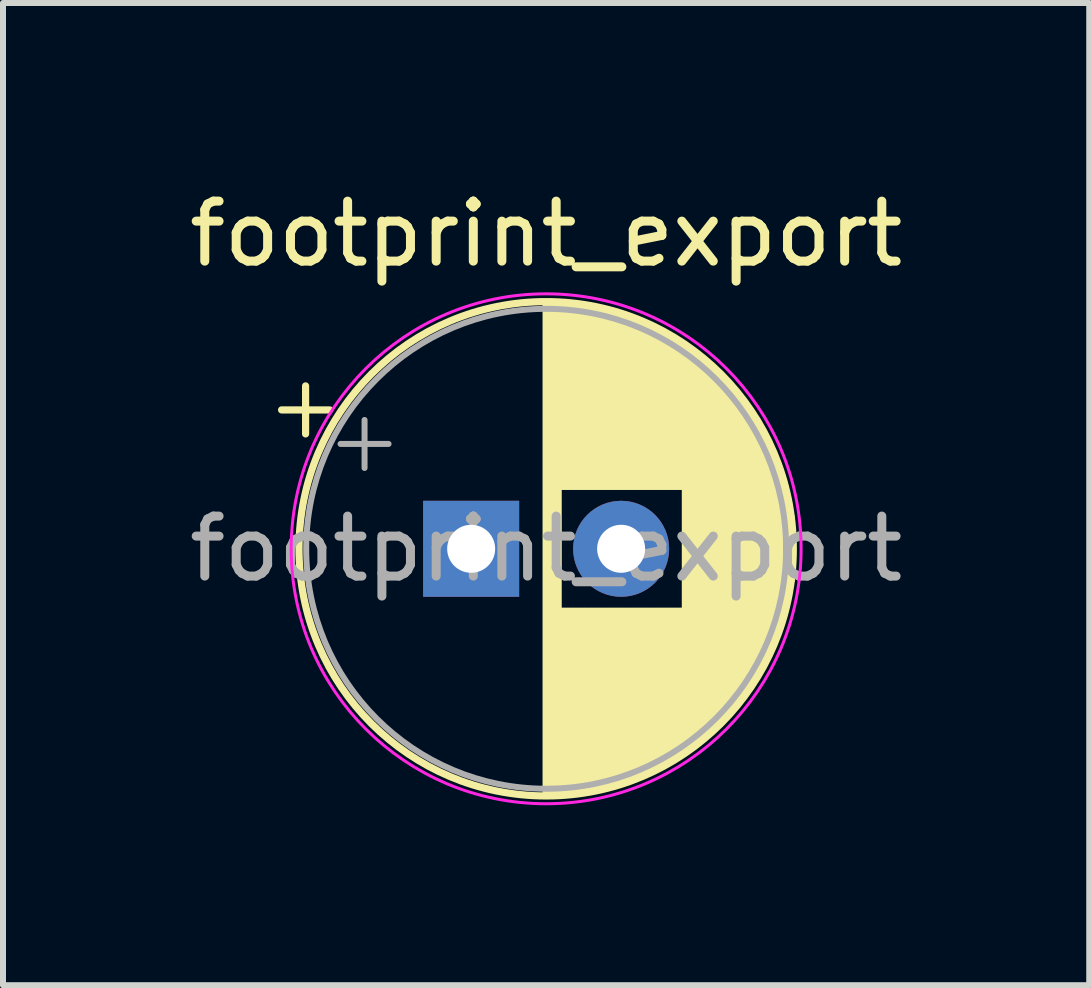
<source format=kicad_pcb>
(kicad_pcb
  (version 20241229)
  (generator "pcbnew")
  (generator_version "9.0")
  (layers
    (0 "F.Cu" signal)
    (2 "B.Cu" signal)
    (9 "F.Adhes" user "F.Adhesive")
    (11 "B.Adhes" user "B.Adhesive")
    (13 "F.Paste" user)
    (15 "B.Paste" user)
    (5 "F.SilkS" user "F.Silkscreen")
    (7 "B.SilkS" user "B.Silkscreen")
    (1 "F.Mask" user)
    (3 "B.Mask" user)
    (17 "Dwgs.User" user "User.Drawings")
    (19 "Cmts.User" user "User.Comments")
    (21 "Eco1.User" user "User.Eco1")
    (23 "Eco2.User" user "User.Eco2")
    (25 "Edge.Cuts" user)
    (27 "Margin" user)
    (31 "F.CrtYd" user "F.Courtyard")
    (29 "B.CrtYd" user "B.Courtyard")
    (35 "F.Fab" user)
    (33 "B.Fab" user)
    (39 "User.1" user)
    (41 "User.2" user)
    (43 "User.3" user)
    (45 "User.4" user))
  (footprint "footprint_export"
    (layer "F.Cu")
    (at 4.804 6.098)
    (property "Reference" "footprint_export" (at 1.25 -5.25 0) (layer "F.SilkS") (effects (font (size 1 1) (thickness 0.15))))
    (attr through_hole)
    (fp_line (start -3.16 -2.315) (end -2.36 -2.315) (stroke (width 0.12) (type solid)) (layer "F.SilkS"))
    (fp_line (start -2.76 -2.715) (end -2.76 -1.915) (stroke (width 0.12) (type solid)) (layer "F.SilkS"))
    (fp_line (start 1.25 -4.08) (end 1.25 4.08) (stroke (width 0.12) (type solid)) (layer "F.SilkS"))
    (fp_line (start 1.29 -4.08) (end 1.29 4.08) (stroke (width 0.12) (type solid)) (layer "F.SilkS"))
    (fp_line (start 1.33 -4.08) (end 1.33 4.08) (stroke (width 0.12) (type solid)) (layer "F.SilkS"))
    (fp_line (start 1.37 -4.079) (end 1.37 4.079) (stroke (width 0.12) (type solid)) (layer "F.SilkS"))
    (fp_line (start 1.41 -4.077) (end 1.41 4.077) (stroke (width 0.12) (type solid)) (layer "F.SilkS"))
    (fp_line (start 1.45 -4.076) (end 1.45 4.076) (stroke (width 0.12) (type solid)) (layer "F.SilkS"))
    (fp_line (start 1.49 -4.074) (end 1.49 -1.04) (stroke (width 0.12) (type solid)) (layer "F.SilkS"))
    (fp_line (start 1.49 1.04) (end 1.49 4.074) (stroke (width 0.12) (type solid)) (layer "F.SilkS"))
    (fp_line (start 1.53 -4.071) (end 1.53 -1.04) (stroke (width 0.12) (type solid)) (layer "F.SilkS"))
    (fp_line (start 1.53 1.04) (end 1.53 4.071) (stroke (width 0.12) (type solid)) (layer "F.SilkS"))
    (fp_line (start 1.57 -4.068) (end 1.57 -1.04) (stroke (width 0.12) (type solid)) (layer "F.SilkS"))
    (fp_line (start 1.57 1.04) (end 1.57 4.068) (stroke (width 0.12) (type solid)) (layer "F.SilkS"))
    (fp_line (start 1.61 -4.065) (end 1.61 -1.04) (stroke (width 0.12) (type solid)) (layer "F.SilkS"))
    (fp_line (start 1.61 1.04) (end 1.61 4.065) (stroke (width 0.12) (type solid)) (layer "F.SilkS"))
    (fp_line (start 1.65 -4.061) (end 1.65 -1.04) (stroke (width 0.12) (type solid)) (layer "F.SilkS"))
    (fp_line (start 1.65 1.04) (end 1.65 4.061) (stroke (width 0.12) (type solid)) (layer "F.SilkS"))
    (fp_line (start 1.69 -4.057) (end 1.69 -1.04) (stroke (width 0.12) (type solid)) (layer "F.SilkS"))
    (fp_line (start 1.69 1.04) (end 1.69 4.057) (stroke (width 0.12) (type solid)) (layer "F.SilkS"))
    (fp_line (start 1.73 -4.052) (end 1.73 -1.04) (stroke (width 0.12) (type solid)) (layer "F.SilkS"))
    (fp_line (start 1.73 1.04) (end 1.73 4.052) (stroke (width 0.12) (type solid)) (layer "F.SilkS"))
    (fp_line (start 1.77 -4.048) (end 1.77 -1.04) (stroke (width 0.12) (type solid)) (layer "F.SilkS"))
    (fp_line (start 1.77 1.04) (end 1.77 4.048) (stroke (width 0.12) (type solid)) (layer "F.SilkS"))
    (fp_line (start 1.81 -4.042) (end 1.81 -1.04) (stroke (width 0.12) (type solid)) (layer "F.SilkS"))
    (fp_line (start 1.81 1.04) (end 1.81 4.042) (stroke (width 0.12) (type solid)) (layer "F.SilkS"))
    (fp_line (start 1.85 -4.037) (end 1.85 -1.04) (stroke (width 0.12) (type solid)) (layer "F.SilkS"))
    (fp_line (start 1.85 1.04) (end 1.85 4.037) (stroke (width 0.12) (type solid)) (layer "F.SilkS"))
    (fp_line (start 1.89 -4.03) (end 1.89 -1.04) (stroke (width 0.12) (type solid)) (layer "F.SilkS"))
    (fp_line (start 1.89 1.04) (end 1.89 4.03) (stroke (width 0.12) (type solid)) (layer "F.SilkS"))
    (fp_line (start 1.93 -4.024) (end 1.93 -1.04) (stroke (width 0.12) (type solid)) (layer "F.SilkS"))
    (fp_line (start 1.93 1.04) (end 1.93 4.024) (stroke (width 0.12) (type solid)) (layer "F.SilkS"))
    (fp_line (start 1.971 -4.017) (end 1.971 -1.04) (stroke (width 0.12) (type solid)) (layer "F.SilkS"))
    (fp_line (start 1.971 1.04) (end 1.971 4.017) (stroke (width 0.12) (type solid)) (layer "F.SilkS"))
    (fp_line (start 2.011 -4.01) (end 2.011 -1.04) (stroke (width 0.12) (type solid)) (layer "F.SilkS"))
    (fp_line (start 2.011 1.04) (end 2.011 4.01) (stroke (width 0.12) (type solid)) (layer "F.SilkS"))
    (fp_line (start 2.051 -4.002) (end 2.051 -1.04) (stroke (width 0.12) (type solid)) (layer "F.SilkS"))
    (fp_line (start 2.051 1.04) (end 2.051 4.002) (stroke (width 0.12) (type solid)) (layer "F.SilkS"))
    (fp_line (start 2.091 -3.994) (end 2.091 -1.04) (stroke (width 0.12) (type solid)) (layer "F.SilkS"))
    (fp_line (start 2.091 1.04) (end 2.091 3.994) (stroke (width 0.12) (type solid)) (layer "F.SilkS"))
    (fp_line (start 2.131 -3.985) (end 2.131 -1.04) (stroke (width 0.12) (type solid)) (layer "F.SilkS"))
    (fp_line (start 2.131 1.04) (end 2.131 3.985) (stroke (width 0.12) (type solid)) (layer "F.SilkS"))
    (fp_line (start 2.171 -3.976) (end 2.171 -1.04) (stroke (width 0.12) (type solid)) (layer "F.SilkS"))
    (fp_line (start 2.171 1.04) (end 2.171 3.976) (stroke (width 0.12) (type solid)) (layer "F.SilkS"))
    (fp_line (start 2.211 -3.967) (end 2.211 -1.04) (stroke (width 0.12) (type solid)) (layer "F.SilkS"))
    (fp_line (start 2.211 1.04) (end 2.211 3.967) (stroke (width 0.12) (type solid)) (layer "F.SilkS"))
    (fp_line (start 2.251 -3.957) (end 2.251 -1.04) (stroke (width 0.12) (type solid)) (layer "F.SilkS"))
    (fp_line (start 2.251 1.04) (end 2.251 3.957) (stroke (width 0.12) (type solid)) (layer "F.SilkS"))
    (fp_line (start 2.291 -3.947) (end 2.291 -1.04) (stroke (width 0.12) (type solid)) (layer "F.SilkS"))
    (fp_line (start 2.291 1.04) (end 2.291 3.947) (stroke (width 0.12) (type solid)) (layer "F.SilkS"))
    (fp_line (start 2.331 -3.936) (end 2.331 -1.04) (stroke (width 0.12) (type solid)) (layer "F.SilkS"))
    (fp_line (start 2.331 1.04) (end 2.331 3.936) (stroke (width 0.12) (type solid)) (layer "F.SilkS"))
    (fp_line (start 2.371 -3.925) (end 2.371 -1.04) (stroke (width 0.12) (type solid)) (layer "F.SilkS"))
    (fp_line (start 2.371 1.04) (end 2.371 3.925) (stroke (width 0.12) (type solid)) (layer "F.SilkS"))
    (fp_line (start 2.411 -3.914) (end 2.411 -1.04) (stroke (width 0.12) (type solid)) (layer "F.SilkS"))
    (fp_line (start 2.411 1.04) (end 2.411 3.914) (stroke (width 0.12) (type solid)) (layer "F.SilkS"))
    (fp_line (start 2.451 -3.902) (end 2.451 -1.04) (stroke (width 0.12) (type solid)) (layer "F.SilkS"))
    (fp_line (start 2.451 1.04) (end 2.451 3.902) (stroke (width 0.12) (type solid)) (layer "F.SilkS"))
    (fp_line (start 2.491 -3.889) (end 2.491 -1.04) (stroke (width 0.12) (type solid)) (layer "F.SilkS"))
    (fp_line (start 2.491 1.04) (end 2.491 3.889) (stroke (width 0.12) (type solid)) (layer "F.SilkS"))
    (fp_line (start 2.531 -3.877) (end 2.531 -1.04) (stroke (width 0.12) (type solid)) (layer "F.SilkS"))
    (fp_line (start 2.531 1.04) (end 2.531 3.877) (stroke (width 0.12) (type solid)) (layer "F.SilkS"))
    (fp_line (start 2.571 -3.863) (end 2.571 -1.04) (stroke (width 0.12) (type solid)) (layer "F.SilkS"))
    (fp_line (start 2.571 1.04) (end 2.571 3.863) (stroke (width 0.12) (type solid)) (layer "F.SilkS"))
    (fp_line (start 2.611 -3.85) (end 2.611 -1.04) (stroke (width 0.12) (type solid)) (layer "F.SilkS"))
    (fp_line (start 2.611 1.04) (end 2.611 3.85) (stroke (width 0.12) (type solid)) (layer "F.SilkS"))
    (fp_line (start 2.651 -3.835) (end 2.651 -1.04) (stroke (width 0.12) (type solid)) (layer "F.SilkS"))
    (fp_line (start 2.651 1.04) (end 2.651 3.835) (stroke (width 0.12) (type solid)) (layer "F.SilkS"))
    (fp_line (start 2.691 -3.821) (end 2.691 -1.04) (stroke (width 0.12) (type solid)) (layer "F.SilkS"))
    (fp_line (start 2.691 1.04) (end 2.691 3.821) (stroke (width 0.12) (type solid)) (layer "F.SilkS"))
    (fp_line (start 2.731 -3.805) (end 2.731 -1.04) (stroke (width 0.12) (type solid)) (layer "F.SilkS"))
    (fp_line (start 2.731 1.04) (end 2.731 3.805) (stroke (width 0.12) (type solid)) (layer "F.SilkS"))
    (fp_line (start 2.771 -3.79) (end 2.771 -1.04) (stroke (width 0.12) (type solid)) (layer "F.SilkS"))
    (fp_line (start 2.771 1.04) (end 2.771 3.79) (stroke (width 0.12) (type solid)) (layer "F.SilkS"))
    (fp_line (start 2.811 -3.774) (end 2.811 -1.04) (stroke (width 0.12) (type solid)) (layer "F.SilkS"))
    (fp_line (start 2.811 1.04) (end 2.811 3.774) (stroke (width 0.12) (type solid)) (layer "F.SilkS"))
    (fp_line (start 2.851 -3.757) (end 2.851 -1.04) (stroke (width 0.12) (type solid)) (layer "F.SilkS"))
    (fp_line (start 2.851 1.04) (end 2.851 3.757) (stroke (width 0.12) (type solid)) (layer "F.SilkS"))
    (fp_line (start 2.891 -3.74) (end 2.891 -1.04) (stroke (width 0.12) (type solid)) (layer "F.SilkS"))
    (fp_line (start 2.891 1.04) (end 2.891 3.74) (stroke (width 0.12) (type solid)) (layer "F.SilkS"))
    (fp_line (start 2.931 -3.722) (end 2.931 -1.04) (stroke (width 0.12) (type solid)) (layer "F.SilkS"))
    (fp_line (start 2.931 1.04) (end 2.931 3.722) (stroke (width 0.12) (type solid)) (layer "F.SilkS"))
    (fp_line (start 2.971 -3.704) (end 2.971 -1.04) (stroke (width 0.12) (type solid)) (layer "F.SilkS"))
    (fp_line (start 2.971 1.04) (end 2.971 3.704) (stroke (width 0.12) (type solid)) (layer "F.SilkS"))
    (fp_line (start 3.011 -3.686) (end 3.011 -1.04) (stroke (width 0.12) (type solid)) (layer "F.SilkS"))
    (fp_line (start 3.011 1.04) (end 3.011 3.686) (stroke (width 0.12) (type solid)) (layer "F.SilkS"))
    (fp_line (start 3.051 -3.666) (end 3.051 -1.04) (stroke (width 0.12) (type solid)) (layer "F.SilkS"))
    (fp_line (start 3.051 1.04) (end 3.051 3.666) (stroke (width 0.12) (type solid)) (layer "F.SilkS"))
    (fp_line (start 3.091 -3.647) (end 3.091 -1.04) (stroke (width 0.12) (type solid)) (layer "F.SilkS"))
    (fp_line (start 3.091 1.04) (end 3.091 3.647) (stroke (width 0.12) (type solid)) (layer "F.SilkS"))
    (fp_line (start 3.131 -3.627) (end 3.131 -1.04) (stroke (width 0.12) (type solid)) (layer "F.SilkS"))
    (fp_line (start 3.131 1.04) (end 3.131 3.627) (stroke (width 0.12) (type solid)) (layer "F.SilkS"))
    (fp_line (start 3.171 -3.606) (end 3.171 -1.04) (stroke (width 0.12) (type solid)) (layer "F.SilkS"))
    (fp_line (start 3.171 1.04) (end 3.171 3.606) (stroke (width 0.12) (type solid)) (layer "F.SilkS"))
    (fp_line (start 3.211 -3.584) (end 3.211 -1.04) (stroke (width 0.12) (type solid)) (layer "F.SilkS"))
    (fp_line (start 3.211 1.04) (end 3.211 3.584) (stroke (width 0.12) (type solid)) (layer "F.SilkS"))
    (fp_line (start 3.251 -3.562) (end 3.251 -1.04) (stroke (width 0.12) (type solid)) (layer "F.SilkS"))
    (fp_line (start 3.251 1.04) (end 3.251 3.562) (stroke (width 0.12) (type solid)) (layer "F.SilkS"))
    (fp_line (start 3.291 -3.54) (end 3.291 -1.04) (stroke (width 0.12) (type solid)) (layer "F.SilkS"))
    (fp_line (start 3.291 1.04) (end 3.291 3.54) (stroke (width 0.12) (type solid)) (layer "F.SilkS"))
    (fp_line (start 3.331 -3.517) (end 3.331 -1.04) (stroke (width 0.12) (type solid)) (layer "F.SilkS"))
    (fp_line (start 3.331 1.04) (end 3.331 3.517) (stroke (width 0.12) (type solid)) (layer "F.SilkS"))
    (fp_line (start 3.371 -3.493) (end 3.371 -1.04) (stroke (width 0.12) (type solid)) (layer "F.SilkS"))
    (fp_line (start 3.371 1.04) (end 3.371 3.493) (stroke (width 0.12) (type solid)) (layer "F.SilkS"))
    (fp_line (start 3.411 -3.469) (end 3.411 -1.04) (stroke (width 0.12) (type solid)) (layer "F.SilkS"))
    (fp_line (start 3.411 1.04) (end 3.411 3.469) (stroke (width 0.12) (type solid)) (layer "F.SilkS"))
    (fp_line (start 3.451 -3.444) (end 3.451 -1.04) (stroke (width 0.12) (type solid)) (layer "F.SilkS"))
    (fp_line (start 3.451 1.04) (end 3.451 3.444) (stroke (width 0.12) (type solid)) (layer "F.SilkS"))
    (fp_line (start 3.491 -3.418) (end 3.491 -1.04) (stroke (width 0.12) (type solid)) (layer "F.SilkS"))
    (fp_line (start 3.491 1.04) (end 3.491 3.418) (stroke (width 0.12) (type solid)) (layer "F.SilkS"))
    (fp_line (start 3.531 -3.392) (end 3.531 -1.04) (stroke (width 0.12) (type solid)) (layer "F.SilkS"))
    (fp_line (start 3.531 1.04) (end 3.531 3.392) (stroke (width 0.12) (type solid)) (layer "F.SilkS"))
    (fp_line (start 3.571 -3.365) (end 3.571 3.365) (stroke (width 0.12) (type solid)) (layer "F.SilkS"))
    (fp_line (start 3.611 -3.338) (end 3.611 3.338) (stroke (width 0.12) (type solid)) (layer "F.SilkS"))
    (fp_line (start 3.651 -3.309) (end 3.651 3.309) (stroke (width 0.12) (type solid)) (layer "F.SilkS"))
    (fp_line (start 3.691 -3.28) (end 3.691 3.28) (stroke (width 0.12) (type solid)) (layer "F.SilkS"))
    (fp_line (start 3.731 -3.25) (end 3.731 3.25) (stroke (width 0.12) (type solid)) (layer "F.SilkS"))
    (fp_line (start 3.771 -3.22) (end 3.771 3.22) (stroke (width 0.12) (type solid)) (layer "F.SilkS"))
    (fp_line (start 3.811 -3.189) (end 3.811 3.189) (stroke (width 0.12) (type solid)) (layer "F.SilkS"))
    (fp_line (start 3.851 -3.156) (end 3.851 3.156) (stroke (width 0.12) (type solid)) (layer "F.SilkS"))
    (fp_line (start 3.891 -3.124) (end 3.891 3.124) (stroke (width 0.12) (type solid)) (layer "F.SilkS"))
    (fp_line (start 3.931 -3.09) (end 3.931 3.09) (stroke (width 0.12) (type solid)) (layer "F.SilkS"))
    (fp_line (start 3.971 -3.055) (end 3.971 3.055) (stroke (width 0.12) (type solid)) (layer "F.SilkS"))
    (fp_line (start 4.011 -3.019) (end 4.011 3.019) (stroke (width 0.12) (type solid)) (layer "F.SilkS"))
    (fp_line (start 4.051 -2.983) (end 4.051 2.983) (stroke (width 0.12) (type solid)) (layer "F.SilkS"))
    (fp_line (start 4.091 -2.945) (end 4.091 2.945) (stroke (width 0.12) (type solid)) (layer "F.SilkS"))
    (fp_line (start 4.131 -2.907) (end 4.131 2.907) (stroke (width 0.12) (type solid)) (layer "F.SilkS"))
    (fp_line (start 4.171 -2.867) (end 4.171 2.867) (stroke (width 0.12) (type solid)) (layer "F.SilkS"))
    (fp_line (start 4.211 -2.826) (end 4.211 2.826) (stroke (width 0.12) (type solid)) (layer "F.SilkS"))
    (fp_line (start 4.251 -2.784) (end 4.251 2.784) (stroke (width 0.12) (type solid)) (layer "F.SilkS"))
    (fp_line (start 4.291 -2.741) (end 4.291 2.741) (stroke (width 0.12) (type solid)) (layer "F.SilkS"))
    (fp_line (start 4.331 -2.697) (end 4.331 2.697) (stroke (width 0.12) (type solid)) (layer "F.SilkS"))
    (fp_line (start 4.371 -2.651) (end 4.371 2.651) (stroke (width 0.12) (type solid)) (layer "F.SilkS"))
    (fp_line (start 4.411 -2.604) (end 4.411 2.604) (stroke (width 0.12) (type solid)) (layer "F.SilkS"))
    (fp_line (start 4.451 -2.556) (end 4.451 2.556) (stroke (width 0.12) (type solid)) (layer "F.SilkS"))
    (fp_line (start 4.491 -2.505) (end 4.491 2.505) (stroke (width 0.12) (type solid)) (layer "F.SilkS"))
    (fp_line (start 4.531 -2.454) (end 4.531 2.454) (stroke (width 0.12) (type solid)) (layer "F.SilkS"))
    (fp_line (start 4.571 -2.4) (end 4.571 2.4) (stroke (width 0.12) (type solid)) (layer "F.SilkS"))
    (fp_line (start 4.611 -2.345) (end 4.611 2.345) (stroke (width 0.12) (type solid)) (layer "F.SilkS"))
    (fp_line (start 4.651 -2.287) (end 4.651 2.287) (stroke (width 0.12) (type solid)) (layer "F.SilkS"))
    (fp_line (start 4.691 -2.228) (end 4.691 2.228) (stroke (width 0.12) (type solid)) (layer "F.SilkS"))
    (fp_line (start 4.731 -2.166) (end 4.731 2.166) (stroke (width 0.12) (type solid)) (layer "F.SilkS"))
    (fp_line (start 4.771 -2.102) (end 4.771 2.102) (stroke (width 0.12) (type solid)) (layer "F.SilkS"))
    (fp_line (start 4.811 -2.034) (end 4.811 2.034) (stroke (width 0.12) (type solid)) (layer "F.SilkS"))
    (fp_line (start 4.851 -1.964) (end 4.851 1.964) (stroke (width 0.12) (type solid)) (layer "F.SilkS"))
    (fp_line (start 4.891 -1.89) (end 4.891 1.89) (stroke (width 0.12) (type solid)) (layer "F.SilkS"))
    (fp_line (start 4.931 -1.813) (end 4.931 1.813) (stroke (width 0.12) (type solid)) (layer "F.SilkS"))
    (fp_line (start 4.971 -1.731) (end 4.971 1.731) (stroke (width 0.12) (type solid)) (layer "F.SilkS"))
    (fp_line (start 5.011 -1.645) (end 5.011 1.645) (stroke (width 0.12) (type solid)) (layer "F.SilkS"))
    (fp_line (start 5.051 -1.552) (end 5.051 1.552) (stroke (width 0.12) (type solid)) (layer "F.SilkS"))
    (fp_line (start 5.091 -1.453) (end 5.091 1.453) (stroke (width 0.12) (type solid)) (layer "F.SilkS"))
    (fp_line (start 5.131 -1.346) (end 5.131 1.346) (stroke (width 0.12) (type solid)) (layer "F.SilkS"))
    (fp_line (start 5.171 -1.229) (end 5.171 1.229) (stroke (width 0.12) (type solid)) (layer "F.SilkS"))
    (fp_line (start 5.211 -1.098) (end 5.211 1.098) (stroke (width 0.12) (type solid)) (layer "F.SilkS"))
    (fp_line (start 5.251 -0.948) (end 5.251 0.948) (stroke (width 0.12) (type solid)) (layer "F.SilkS"))
    (fp_line (start 5.291 -0.768) (end 5.291 0.768) (stroke (width 0.12) (type solid)) (layer "F.SilkS"))
    (fp_line (start 5.331 -0.533) (end 5.331 0.533) (stroke (width 0.12) (type solid)) (layer "F.SilkS"))
    (fp_circle (center 1.25 0) (end 5.37 0) (stroke (width 0.12) (type solid)) (fill no) (layer "F.SilkS"))
    (fp_circle (center 1.25 0) (end 5.5 0) (stroke (width 0.05) (type solid)) (fill no) (layer "F.CrtYd"))
    (fp_line (start -2.177 -1.748) (end -1.377 -1.748) (stroke (width 0.1) (type solid)) (layer "F.Fab"))
    (fp_line (start -1.777 -2.147) (end -1.777 -1.347) (stroke (width 0.1) (type solid)) (layer "F.Fab"))
    (fp_circle (center 1.25 0) (end 5.25 0) (stroke (width 0.1) (type solid)) (fill no) (layer "F.Fab"))
    (fp_text user "${REFERENCE}" (at 1.25 0 0) (layer "F.Fab") (effects (font (size 1 1) (thickness 0.15))))
    (pad "1" thru_hole rect (at 0 0) (size 1.6 1.6) (drill 0.8) (layers "*.Cu" "*.Mask"))
    (pad "2" thru_hole circle (at 2.5 0) (size 1.6 1.6) (drill 0.8) (layers "*.Cu" "*.Mask")))
  (gr_rect
    (start -3 -3)
    (end 15.107 13.373)
    (stroke (width 0.1) (type default))
    (fill no)
    (layer "Edge.Cuts")))
</source>
